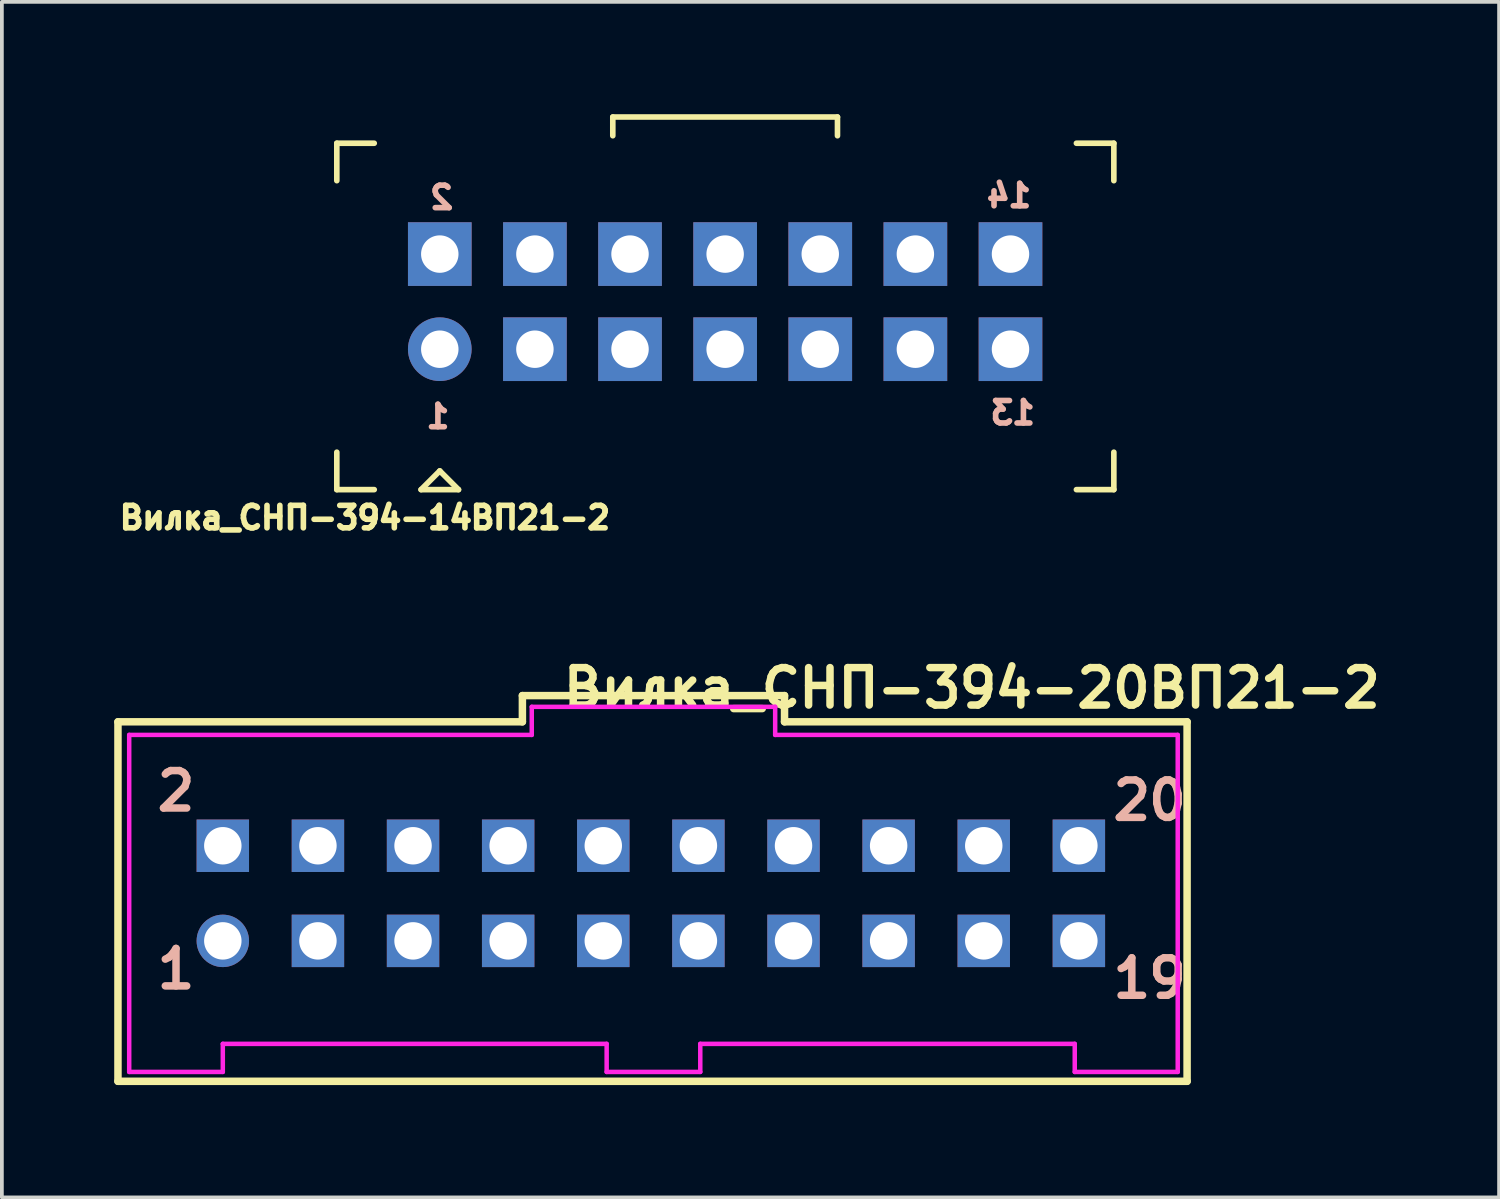
<source format=kicad_pcb>
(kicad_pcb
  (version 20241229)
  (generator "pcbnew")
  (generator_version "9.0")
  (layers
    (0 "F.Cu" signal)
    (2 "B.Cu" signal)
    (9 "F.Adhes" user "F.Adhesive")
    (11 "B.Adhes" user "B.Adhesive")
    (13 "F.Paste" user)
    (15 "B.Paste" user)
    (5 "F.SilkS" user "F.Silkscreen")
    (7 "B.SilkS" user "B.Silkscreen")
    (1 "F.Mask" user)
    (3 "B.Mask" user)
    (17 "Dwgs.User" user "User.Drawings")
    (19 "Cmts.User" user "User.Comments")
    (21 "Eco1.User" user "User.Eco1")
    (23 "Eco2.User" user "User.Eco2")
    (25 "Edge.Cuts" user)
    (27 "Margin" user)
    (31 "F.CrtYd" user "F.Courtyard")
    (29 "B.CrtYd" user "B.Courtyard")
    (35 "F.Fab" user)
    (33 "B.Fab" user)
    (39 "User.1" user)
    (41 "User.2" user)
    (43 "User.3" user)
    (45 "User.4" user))
  (footprint "Вилка_СНП-394-20ВП21-2"
    (layer "F.Cu")
    (at 2.9 22.075)
    (property "Reference" "Вилка_СНП-394-20ВП21-2" (at 20 -6.75 0) (layer "F.SilkS") (effects (font (size 1 1) (thickness 0.2))))
    (attr through_hole)
    (fp_line (start -2.8 -5.85) (end -2.8 3.75) (stroke (width 0.2) (type solid)) (layer "F.SilkS"))
    (fp_line (start -2.8 -5.85) (end 8 -5.85) (stroke (width 0.2) (type solid)) (layer "F.SilkS"))
    (fp_line (start 8 -6.55) (end 15 -6.55) (stroke (width 0.2) (type solid)) (layer "F.SilkS"))
    (fp_line (start 8 -5.85) (end 8 -6.55) (stroke (width 0.2) (type solid)) (layer "F.SilkS"))
    (fp_line (start 15 -6.55) (end 15 -5.85) (stroke (width 0.2) (type solid)) (layer "F.SilkS"))
    (fp_line (start 15 -5.85) (end 25.75 -5.85) (stroke (width 0.2) (type solid)) (layer "F.SilkS"))
    (fp_line (start 25.75 -5.85) (end 25.75 3.75) (stroke (width 0.2) (type solid)) (layer "F.SilkS"))
    (fp_line (start 25.75 3.75) (end -2.8 3.75) (stroke (width 0.2) (type solid)) (layer "F.SilkS"))
    (fp_line (start -2.5 -5.5) (end -2.5 3.5) (stroke (width 0.12) (type solid)) (layer "F.CrtYd"))
    (fp_line (start -2.5 3.5) (end 0 3.5) (stroke (width 0.12) (type solid)) (layer "F.CrtYd"))
    (fp_line (start 0 2.75) (end 10.25 2.75) (stroke (width 0.12) (type solid)) (layer "F.CrtYd"))
    (fp_line (start 0 3.5) (end 0 2.75) (stroke (width 0.12) (type solid)) (layer "F.CrtYd"))
    (fp_line (start 8.25 -6.25) (end 8.25 -5.5) (stroke (width 0.12) (type solid)) (layer "F.CrtYd"))
    (fp_line (start 8.25 -5.5) (end -2.5 -5.5) (stroke (width 0.12) (type solid)) (layer "F.CrtYd"))
    (fp_line (start 10.25 2.75) (end 10.25 3.5) (stroke (width 0.12) (type solid)) (layer "F.CrtYd"))
    (fp_line (start 10.25 3.5) (end 12.75 3.5) (stroke (width 0.12) (type solid)) (layer "F.CrtYd"))
    (fp_line (start 12.75 2.75) (end 22.75 2.75) (stroke (width 0.12) (type solid)) (layer "F.CrtYd"))
    (fp_line (start 12.75 3.5) (end 12.75 2.75) (stroke (width 0.12) (type solid)) (layer "F.CrtYd"))
    (fp_line (start 14.75 -6.25) (end 8.25 -6.25) (stroke (width 0.12) (type solid)) (layer "F.CrtYd"))
    (fp_line (start 14.75 -5.5) (end 14.75 -6.25) (stroke (width 0.12) (type solid)) (layer "F.CrtYd"))
    (fp_line (start 22.75 2.75) (end 22.75 3.5) (stroke (width 0.12) (type solid)) (layer "F.CrtYd"))
    (fp_line (start 22.75 3.5) (end 25.5 3.5) (stroke (width 0.12) (type solid)) (layer "F.CrtYd"))
    (fp_line (start 25.5 -5.5) (end 14.75 -5.5) (stroke (width 0.12) (type solid)) (layer "F.CrtYd"))
    (fp_line (start 25.5 3.5) (end 25.5 -5.5) (stroke (width 0.12) (type solid)) (layer "F.CrtYd"))
    (fp_text user "1" (at -1.25 0.75 0) (layer "B.SilkS") (effects (font (size 1 1) (thickness 0.2))))
    (fp_text user "20" (at 24.75 -3.75 0) (layer "B.SilkS") (effects (font (size 1 1) (thickness 0.2))))
    (fp_text user "2" (at -1.25 -4 0) (layer "B.SilkS") (effects (font (size 1 1) (thickness 0.2))))
    (fp_text user "19" (at 24.75 1 0) (layer "B.SilkS") (effects (font (size 1 1) (thickness 0.2))))
    (pad "1" thru_hole circle (at 0 0) (size 1.4 1.4) (drill 1) (layers "*.Cu" "*.Mask"))
    (pad "2" thru_hole rect (at 0 -2.54) (size 1.4 1.4) (drill 1) (layers "*.Cu" "*.Mask"))
    (pad "3" thru_hole rect (at 2.54 0) (size 1.4 1.4) (drill 1) (layers "*.Cu" "*.Mask"))
    (pad "4" thru_hole rect (at 2.54 -2.54) (size 1.4 1.4) (drill 1) (layers "*.Cu" "*.Mask"))
    (pad "5" thru_hole rect (at 5.08 0) (size 1.4 1.4) (drill 1) (layers "*.Cu" "*.Mask"))
    (pad "6" thru_hole rect (at 5.08 -2.54) (size 1.4 1.4) (drill 1) (layers "*.Cu" "*.Mask"))
    (pad "7" thru_hole rect (at 7.62 0) (size 1.4 1.4) (drill 1) (layers "*.Cu" "*.Mask"))
    (pad "8" thru_hole rect (at 7.62 -2.54) (size 1.4 1.4) (drill 1) (layers "*.Cu" "*.Mask"))
    (pad "9" thru_hole rect (at 10.16 0) (size 1.4 1.4) (drill 1) (layers "*.Cu" "*.Mask"))
    (pad "10" thru_hole rect (at 10.16 -2.54) (size 1.4 1.4) (drill 1) (layers "*.Cu" "*.Mask"))
    (pad "11" thru_hole rect (at 12.7 0) (size 1.4 1.4) (drill 1) (layers "*.Cu" "*.Mask"))
    (pad "12" thru_hole rect (at 12.7 -2.54) (size 1.4 1.4) (drill 1) (layers "*.Cu" "*.Mask"))
    (pad "13" thru_hole rect (at 15.24 0) (size 1.4 1.4) (drill 1) (layers "*.Cu" "*.Mask"))
    (pad "14" thru_hole rect (at 15.24 -2.54) (size 1.4 1.4) (drill 1) (layers "*.Cu" "*.Mask"))
    (pad "15" thru_hole rect (at 17.78 0) (size 1.4 1.4) (drill 1) (layers "*.Cu" "*.Mask"))
    (pad "16" thru_hole rect (at 17.78 -2.54) (size 1.4 1.4) (drill 1) (layers "*.Cu" "*.Mask"))
    (pad "17" thru_hole rect (at 20.32 0) (size 1.4 1.4) (drill 1) (layers "*.Cu" "*.Mask"))
    (pad "18" thru_hole rect (at 20.32 -2.54) (size 1.4 1.4) (drill 1) (layers "*.Cu" "*.Mask"))
    (pad "19" thru_hole rect (at 22.86 0) (size 1.4 1.4) (drill 1) (layers "*.Cu" "*.Mask"))
    (pad "20" thru_hole rect (at 22.86 -2.54) (size 1.4 1.4) (drill 1) (layers "*.Cu" "*.Mask")))
  (footprint "Вилка_СНП-394-14ВП21-2"
    (layer "F.Cu")
    (at 8.694 6.275)
    (property "Reference" "Вилка_СНП-394-14ВП21-2" (at -2 4.5 0) (layer "F.SilkS") (effects (font (size 0.6 0.6) (thickness 0.15))))
    (attr through_hole)
    (fp_line (start -2.75 -5.5) (end -1.75 -5.5) (stroke (width 0.15) (type solid)) (layer "F.SilkS"))
    (fp_line (start -2.75 -4.5) (end -2.75 -5.5) (stroke (width 0.15) (type solid)) (layer "F.SilkS"))
    (fp_line (start -2.75 3.75) (end -2.75 2.75) (stroke (width 0.15) (type solid)) (layer "F.SilkS"))
    (fp_line (start -1.75 3.75) (end -2.75 3.75) (stroke (width 0.15) (type solid)) (layer "F.SilkS"))
    (fp_line (start -0.5 3.75) (end 0.5 3.75) (stroke (width 0.15) (type solid)) (layer "F.SilkS"))
    (fp_line (start 0 3.25) (end -0.5 3.75) (stroke (width 0.15) (type solid)) (layer "F.SilkS"))
    (fp_line (start 0.5 3.75) (end 0 3.25) (stroke (width 0.15) (type solid)) (layer "F.SilkS"))
    (fp_line (start 4.62 -6.2) (end 10.62 -6.2) (stroke (width 0.15) (type solid)) (layer "F.SilkS"))
    (fp_line (start 4.62 -5.7) (end 4.62 -6.2) (stroke (width 0.15) (type solid)) (layer "F.SilkS"))
    (fp_line (start 10.62 -6.2) (end 10.62 -5.7) (stroke (width 0.15) (type solid)) (layer "F.SilkS"))
    (fp_line (start 17 -5.5) (end 18 -5.5) (stroke (width 0.15) (type solid)) (layer "F.SilkS"))
    (fp_line (start 18 -5.5) (end 18 -4.5) (stroke (width 0.15) (type solid)) (layer "F.SilkS"))
    (fp_line (start 18 2.75) (end 18 3.75) (stroke (width 0.15) (type solid)) (layer "F.SilkS"))
    (fp_line (start 18 3.75) (end 17 3.75) (stroke (width 0.15) (type solid)) (layer "F.SilkS"))
    (fp_text user "2" (at 0.05 -4.05 0) (layer "B.SilkS") (effects (font (size 0.6 0.6) (thickness 0.15)) (justify mirror)))
    (fp_text user "13" (at 15.3 1.7 0) (layer "B.SilkS") (effects (font (size 0.6 0.6) (thickness 0.15)) (justify mirror)))
    (fp_text user "14" (at 15.2 -4.1 0) (layer "B.SilkS") (effects (font (size 0.6 0.6) (thickness 0.15)) (justify mirror)))
    (fp_text user "1" (at -0.05 1.8 0) (layer "B.SilkS") (effects (font (size 0.6 0.6) (thickness 0.15)) (justify mirror)))
    (pad "1" thru_hole circle (at 0 0) (size 1.7 1.7) (drill 1) (layers "*.Cu" "*.Mask"))
    (pad "2" thru_hole rect (at 0 -2.54) (size 1.7 1.7) (drill 1) (layers "*.Cu" "*.Mask"))
    (pad "3" thru_hole rect (at 2.54 0) (size 1.7 1.7) (drill 1) (layers "*.Cu" "*.Mask"))
    (pad "4" thru_hole rect (at 2.54 -2.54) (size 1.7 1.7) (drill 1) (layers "*.Cu" "*.Mask"))
    (pad "5" thru_hole rect (at 5.08 0) (size 1.7 1.7) (drill 1) (layers "*.Cu" "*.Mask"))
    (pad "6" thru_hole rect (at 5.08 -2.54) (size 1.7 1.7) (drill 1) (layers "*.Cu" "*.Mask"))
    (pad "7" thru_hole rect (at 7.62 0) (size 1.7 1.7) (drill 1) (layers "*.Cu" "*.Mask"))
    (pad "8" thru_hole rect (at 7.62 -2.54) (size 1.7 1.7) (drill 1) (layers "*.Cu" "*.Mask"))
    (pad "9" thru_hole rect (at 10.16 0) (size 1.7 1.7) (drill 1) (layers "*.Cu" "*.Mask"))
    (pad "10" thru_hole rect (at 10.16 -2.54) (size 1.7 1.7) (drill 1) (layers "*.Cu" "*.Mask"))
    (pad "11" thru_hole rect (at 12.7 0) (size 1.7 1.7) (drill 1) (layers "*.Cu" "*.Mask"))
    (pad "12" thru_hole rect (at 12.7 -2.54) (size 1.7 1.7) (drill 1) (layers "*.Cu" "*.Mask"))
    (pad "13" thru_hole rect (at 15.24 0) (size 1.7 1.7) (drill 1) (layers "*.Cu" "*.Mask"))
    (pad "14" thru_hole rect (at 15.24 -2.54) (size 1.7 1.7) (drill 1) (layers "*.Cu" "*.Mask")))
  (gr_rect
    (start -3 -3)
    (end 36.981 28.925)
    (stroke (width 0.1) (type default))
    (fill no)
    (layer "Edge.Cuts")))
</source>
